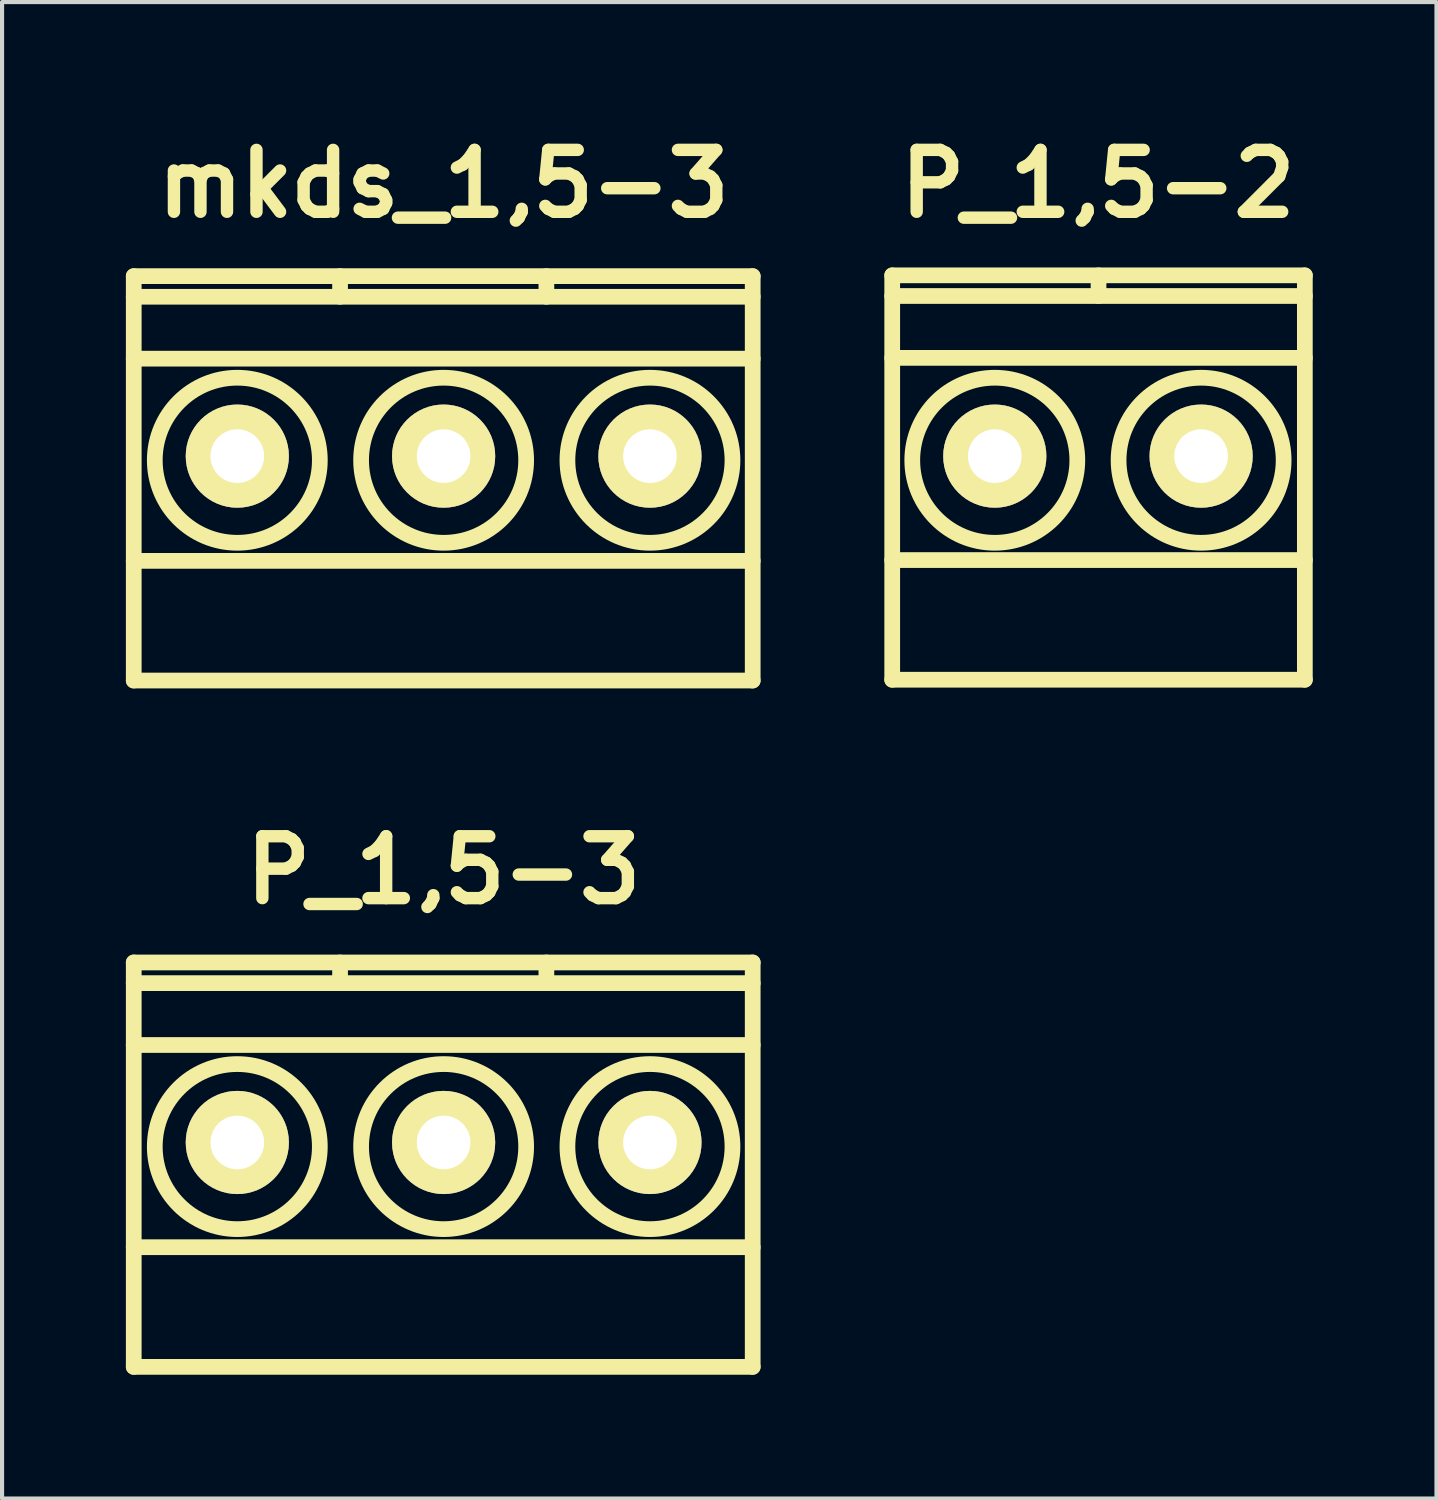
<source format=kicad_pcb>
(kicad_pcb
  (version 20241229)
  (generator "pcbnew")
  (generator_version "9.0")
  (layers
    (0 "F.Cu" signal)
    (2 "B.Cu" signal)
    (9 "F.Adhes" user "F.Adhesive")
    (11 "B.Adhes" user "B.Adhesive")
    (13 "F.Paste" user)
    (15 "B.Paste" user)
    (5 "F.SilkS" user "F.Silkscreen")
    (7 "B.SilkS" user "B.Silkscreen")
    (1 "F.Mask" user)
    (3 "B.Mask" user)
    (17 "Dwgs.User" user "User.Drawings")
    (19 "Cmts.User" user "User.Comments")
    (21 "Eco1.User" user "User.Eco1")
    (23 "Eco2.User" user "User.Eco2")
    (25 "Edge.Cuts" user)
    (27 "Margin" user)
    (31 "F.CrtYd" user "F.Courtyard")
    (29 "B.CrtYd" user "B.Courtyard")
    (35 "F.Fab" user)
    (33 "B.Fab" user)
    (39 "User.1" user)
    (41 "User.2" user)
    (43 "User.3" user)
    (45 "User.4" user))
  (footprint "P_1,5-3"
    (layer "F.Cu")
    (at 7.701 24.637)
    (property "Reference" "P_1,5-3" (at 0 -6.6 0) (layer "F.SilkS") (effects (font (size 1.5 1.5) (thickness 0.3))))
    (attr through_hole)
    (fp_line (start -7.51 -4.362) (end -7.51 5.438) (stroke (width 0.381) (type solid)) (layer "F.SilkS"))
    (fp_line (start -7.51 5.438) (end 7.49 5.438) (stroke (width 0.381) (type solid)) (layer "F.SilkS"))
    (fp_line (start -2.51 -3.862) (end -2.51 -4.362) (stroke (width 0.381) (type solid)) (layer "F.SilkS"))
    (fp_line (start 2.49 -3.862) (end 2.49 -4.362) (stroke (width 0.381) (type solid)) (layer "F.SilkS"))
    (fp_line (start 7.49 -4.362) (end -7.51 -4.362) (stroke (width 0.381) (type solid)) (layer "F.SilkS"))
    (fp_line (start 7.49 -3.862) (end -7.51 -3.862) (stroke (width 0.381) (type solid)) (layer "F.SilkS"))
    (fp_line (start 7.49 -2.362) (end -7.51 -2.362) (stroke (width 0.381) (type solid)) (layer "F.SilkS"))
    (fp_line (start 7.49 2.538) (end -7.51 2.538) (stroke (width 0.381) (type solid)) (layer "F.SilkS"))
    (fp_line (start 7.49 5.438) (end 7.49 -4.362) (stroke (width 0.381) (type solid)) (layer "F.SilkS"))
    (fp_circle (center -5 0.1) (end -3 0.1) (stroke (width 0.381) (type solid)) (fill no) (layer "F.SilkS"))
    (fp_circle (center 0 0.1) (end -2 0.1) (stroke (width 0.381) (type solid)) (fill no) (layer "F.SilkS"))
    (fp_circle (center 5 0.1) (end 3 0.1) (stroke (width 0.381) (type solid)) (fill no) (layer "F.SilkS"))
    (pad "1" thru_hole circle (at -5 0) (size 2.5 2.5) (drill 1.3) (layers "*.Cu" "*.Mask" "F.SilkS"))
    (pad "2" thru_hole circle (at 0 0) (size 2.5 2.5) (drill 1.3) (layers "*.Cu" "*.Mask" "F.SilkS"))
    (pad "3" thru_hole circle (at 5 0) (size 2.5 2.5) (drill 1.3) (layers "*.Cu" "*.Mask" "F.SilkS")))
  (footprint "P_1,5-2"
    (layer "F.Cu")
    (at 23.558 8.004)
    (property "Reference" "P_1,5-2" (at 0 -6.6 0) (layer "F.SilkS") (effects (font (size 1.5 1.5) (thickness 0.3))))
    (attr through_hole)
    (fp_line (start -4.986 -4.381) (end -4.986 5.419) (stroke (width 0.381) (type solid)) (layer "F.SilkS"))
    (fp_line (start -4.986 5.419) (end 5.014 5.419) (stroke (width 0.381) (type solid)) (layer "F.SilkS"))
    (fp_line (start 0.014 -3.881) (end 0.014 -4.381) (stroke (width 0.381) (type solid)) (layer "F.SilkS"))
    (fp_line (start 5.014 -4.381) (end -4.986 -4.381) (stroke (width 0.381) (type solid)) (layer "F.SilkS"))
    (fp_line (start 5.014 -3.881) (end -4.986 -3.881) (stroke (width 0.381) (type solid)) (layer "F.SilkS"))
    (fp_line (start 5.014 -2.381) (end -4.986 -2.381) (stroke (width 0.381) (type solid)) (layer "F.SilkS"))
    (fp_line (start 5.014 2.519) (end -4.986 2.519) (stroke (width 0.381) (type solid)) (layer "F.SilkS"))
    (fp_line (start 5.014 5.419) (end 5.014 -4.381) (stroke (width 0.381) (type solid)) (layer "F.SilkS"))
    (fp_circle (center -2.5 0.1) (end -0.5 0.1) (stroke (width 0.381) (type solid)) (fill no) (layer "F.SilkS"))
    (fp_circle (center 2.5 0.1) (end 0.5 0.1) (stroke (width 0.381) (type solid)) (fill no) (layer "F.SilkS"))
    (pad "1" thru_hole circle (at -2.5 0) (size 2.5 2.5) (drill 1.3) (layers "*.Cu" "*.Mask" "F.SilkS"))
    (pad "2" thru_hole circle (at 2.5 0) (size 2.5 2.5) (drill 1.3) (layers "*.Cu" "*.Mask" "F.SilkS")))
  (footprint "mkds_1,5-3"
    (layer "F.Cu")
    (at 7.701 8.004)
    (property "Reference" "mkds_1,5-3" (at 0 -6.6 0) (layer "F.SilkS") (effects (font (size 1.5 1.5) (thickness 0.3))))
    (attr through_hole)
    (fp_line (start -7.51 -4.362) (end -7.51 5.438) (stroke (width 0.381) (type solid)) (layer "F.SilkS"))
    (fp_line (start -7.51 5.438) (end 7.49 5.438) (stroke (width 0.381) (type solid)) (layer "F.SilkS"))
    (fp_line (start -2.51 -3.862) (end -2.51 -4.362) (stroke (width 0.381) (type solid)) (layer "F.SilkS"))
    (fp_line (start 2.49 -3.862) (end 2.49 -4.362) (stroke (width 0.381) (type solid)) (layer "F.SilkS"))
    (fp_line (start 7.49 -4.362) (end -7.51 -4.362) (stroke (width 0.381) (type solid)) (layer "F.SilkS"))
    (fp_line (start 7.49 -3.862) (end -7.51 -3.862) (stroke (width 0.381) (type solid)) (layer "F.SilkS"))
    (fp_line (start 7.49 -2.362) (end -7.51 -2.362) (stroke (width 0.381) (type solid)) (layer "F.SilkS"))
    (fp_line (start 7.49 2.538) (end -7.51 2.538) (stroke (width 0.381) (type solid)) (layer "F.SilkS"))
    (fp_line (start 7.49 5.438) (end 7.49 -4.362) (stroke (width 0.381) (type solid)) (layer "F.SilkS"))
    (fp_circle (center -5 0.1) (end -3 0.1) (stroke (width 0.381) (type solid)) (fill no) (layer "F.SilkS"))
    (fp_circle (center 0 0.1) (end -2 0.1) (stroke (width 0.381) (type solid)) (fill no) (layer "F.SilkS"))
    (fp_circle (center 5 0.1) (end 3 0.1) (stroke (width 0.381) (type solid)) (fill no) (layer "F.SilkS"))
    (pad "1" thru_hole circle (at -5 0) (size 2.5 2.5) (drill 1.3) (layers "*.Cu" "*.Mask" "F.SilkS"))
    (pad "2" thru_hole circle (at 0 0) (size 2.5 2.5) (drill 1.3) (layers "*.Cu" "*.Mask" "F.SilkS"))
    (pad "3" thru_hole circle (at 5 0) (size 2.5 2.5) (drill 1.3) (layers "*.Cu" "*.Mask" "F.SilkS")))
  (gr_rect
    (start -3 -3)
    (end 31.762 33.266)
    (stroke (width 0.1) (type default))
    (fill no)
    (layer "Edge.Cuts")))
</source>
